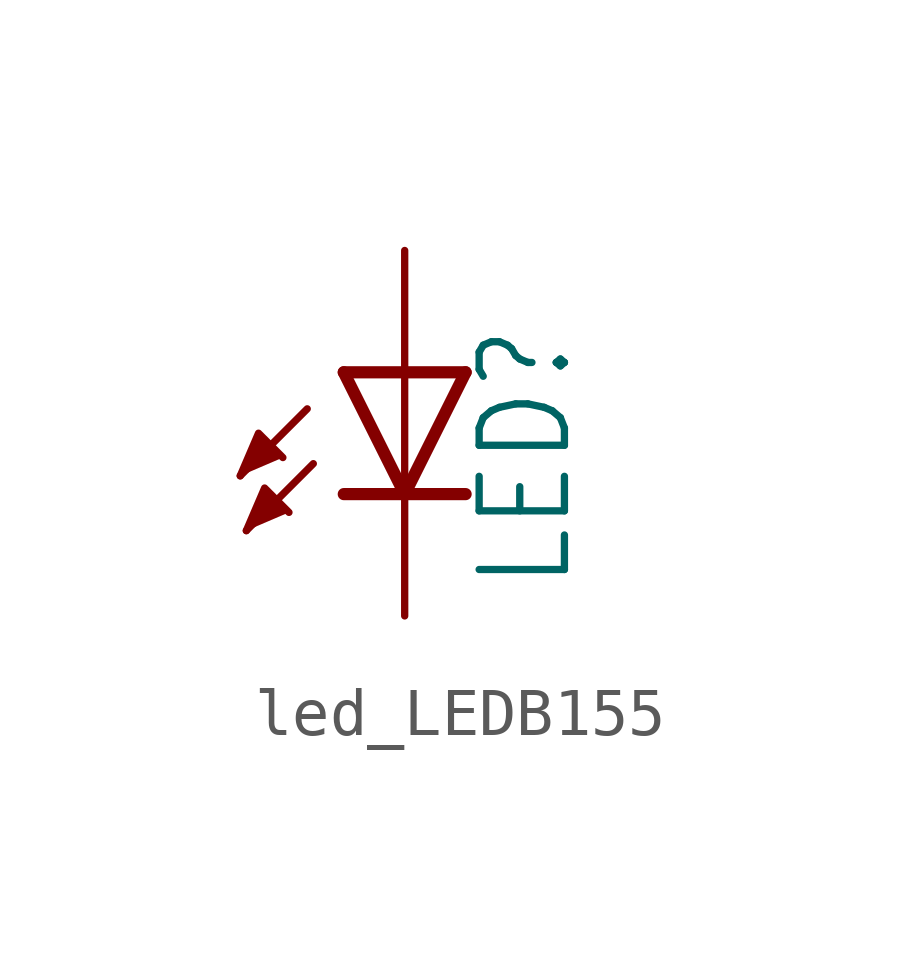
<source format=kicad_sym>
(kicad_symbol_lib
  (version 20231120)
  (generator "kicad_symbol_editor")
  (generator_version "8.0")
  (symbol "led_LEDB155"
    (property "Reference" "LED"
      (at 3.556 -4.572 90)
      (effects (font (size 1.778 1.511)) (justify left bottom)))
    (property "Value" ""
      (at 5.715 -4.572 90)
      (effects (font (size 1.778 1.511)) (justify left bottom)))
    (property "ki_locked" ""
      (at 0 0 0)
      (effects (font (size 1.27 1.27))))
    (symbol "led_LEDB155_1_0"
      (polyline (pts (xy -2.032 -0.762) (xy -3.429 -2.159)) (stroke (width 0.152) (type solid)) (fill (type none)))
      (polyline (pts (xy -1.905 -1.905) (xy -3.302 -3.302)) (stroke (width 0.152) (type solid)) (fill (type none)))
      (polyline (pts (xy 0 -2.54) (xy -1.27 -2.54)) (stroke (width 0.254) (type solid)) (fill (type none)))
      (polyline (pts (xy 0 -2.54) (xy -1.27 0)) (stroke (width 0.254) (type solid)) (fill (type none)))
      (polyline (pts (xy 0 0) (xy -1.27 0)) (stroke (width 0.254) (type solid)) (fill (type none)))
      (polyline (pts (xy 0 0) (xy 0 -2.54)) (stroke (width 0.152) (type solid)) (fill (type none)))
      (polyline (pts (xy 1.27 -2.54) (xy 0 -2.54)) (stroke (width 0.254) (type solid)) (fill (type none)))
      (polyline (pts (xy 1.27 0) (xy 0 -2.54)) (stroke (width 0.254) (type solid)) (fill (type none)))
      (polyline (pts (xy 1.27 0) (xy 0 0)) (stroke (width 0.254) (type solid)) (fill (type none)))
      (polyline (pts (xy -3.429 -2.159) (xy -3.048 -1.27) (xy -2.54 -1.778)) (stroke (width 0.152) (type solid)) (fill (type outline)))
      (polyline (pts (xy -3.302 -3.302) (xy -2.921 -2.413) (xy -2.413 -2.921)) (stroke (width 0.152) (type solid)) (fill (type outline)))
      (pin passive line (at 0 2.54 270) (length 2.54) (name "A" (effects (font (size 0 0)))) (number "A" (effects (font (size 0 0)))))
      (pin passive line (at 0 -5.08 90) (length 2.54) (name "C" (effects (font (size 0 0)))) (number "K" (effects (font (size 0 0))))))))
</source>
